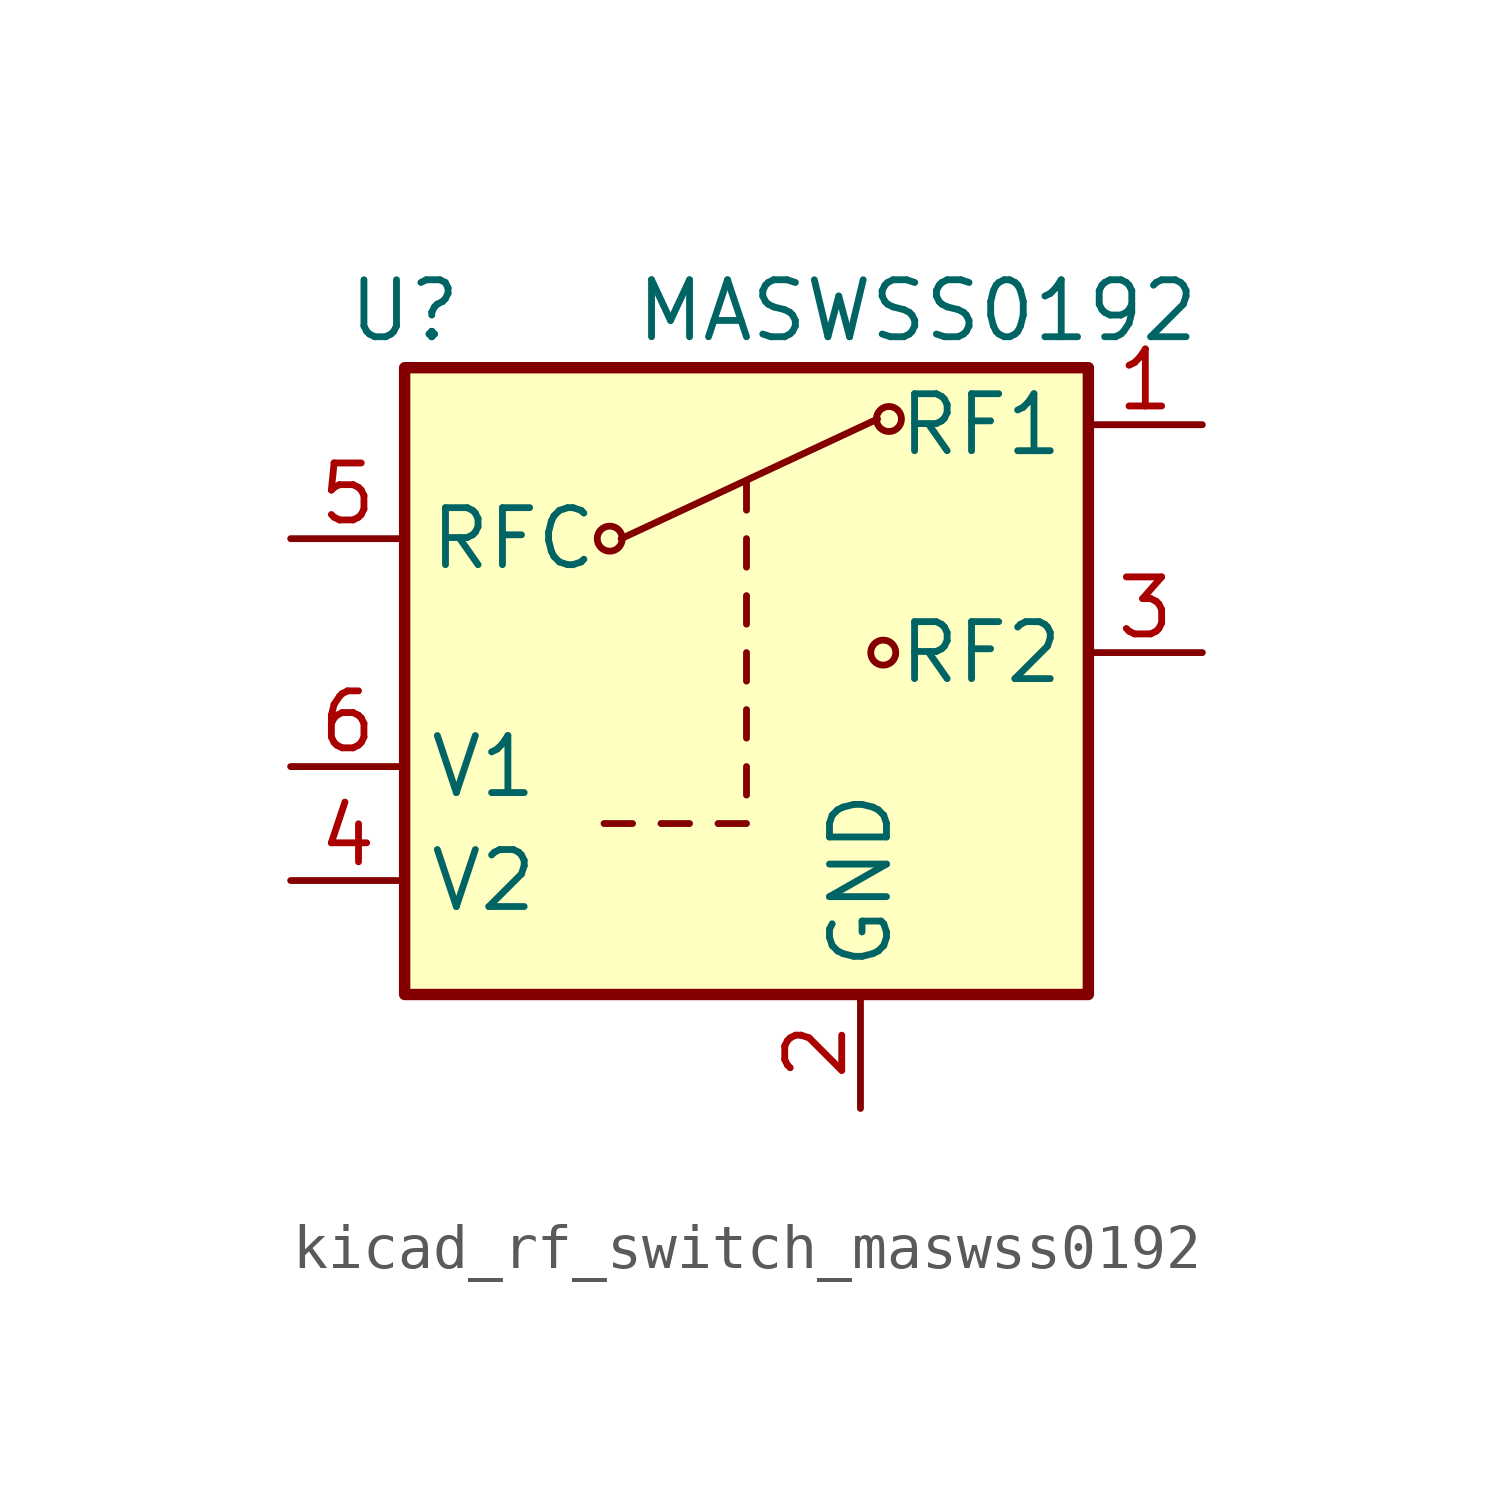
<source format=kicad_sym>
(kicad_symbol_lib
  (version 20220914)
  (generator kicad_symbol_editor)
  (symbol "kicad_rf_switch_maswss0192"
    (property "Reference" "U"
      (at -7.62 7.62 0)
      (effects (font (size 1.27 1.27))))
    (property "Value" "MASWSS0192"
      (at 3.81 7.62 0)
      (effects (font (size 1.27 1.27))))
    (symbol "kicad_rf_switch_maswss0192_0_1"
      (circle (center -3.048 2.54) (radius 0.279) (stroke (width 0) (type default)) (fill (type none)))
      (polyline (pts (xy -3.175 -3.81) (xy -2.54 -3.81)) (stroke (width 0) (type default)) (fill (type none)))
      (polyline (pts (xy -2.794 2.54) (xy 2.921 5.207)) (stroke (width 0) (type default)) (fill (type none)))
      (polyline (pts (xy -1.905 -3.81) (xy -1.27 -3.81)) (stroke (width 0) (type default)) (fill (type none)))
      (polyline (pts (xy -0.635 -3.81) (xy 0 -3.81)) (stroke (width 0) (type default)) (fill (type none)))
      (polyline (pts (xy 0 -3.175) (xy 0 -2.54)) (stroke (width 0) (type default)) (fill (type none)))
      (polyline (pts (xy 0 -1.905) (xy 0 -1.27)) (stroke (width 0) (type default)) (fill (type none)))
      (polyline (pts (xy 0 -0.635) (xy 0 0)) (stroke (width 0) (type default)) (fill (type none)))
      (polyline (pts (xy 0 0.635) (xy 0 1.27)) (stroke (width 0) (type default)) (fill (type none)))
      (polyline (pts (xy 0 1.905) (xy 0 2.54)) (stroke (width 0) (type default)) (fill (type none)))
      (polyline (pts (xy 0 3.175) (xy 0 3.81)) (stroke (width 0) (type default)) (fill (type none)))
      (circle (center 3.048 0) (radius 0.279) (stroke (width 0) (type default)) (fill (type none)))
      (circle (center 3.175 5.207) (radius 0.279) (stroke (width 0) (type default)) (fill (type none)))
      (rectangle (start 7.62 -7.62) (end -7.62 6.35) (stroke (width 0.254) (type default)) (fill (type background))))
    (symbol "kicad_rf_switch_maswss0192_1_1"
      (pin passive line (at 10.16 5.08 180) (length 2.54) (name "RF1" (effects (font (size 1.27 1.27)))) (number "1" (effects (font (size 1.27 1.27)))))
      (pin power_in line (at 2.54 -10.16 90) (length 2.54) (name "GND" (effects (font (size 1.27 1.27)))) (number "2" (effects (font (size 1.27 1.27)))))
      (pin passive line (at 10.16 0 180) (length 2.54) (name "RF2" (effects (font (size 1.27 1.27)))) (number "3" (effects (font (size 1.27 1.27)))))
      (pin input line (at -10.16 -5.08 0) (length 2.54) (name "V2" (effects (font (size 1.27 1.27)))) (number "4" (effects (font (size 1.27 1.27)))))
      (pin passive line (at -10.16 2.54 0) (length 2.54) (name "RFC" (effects (font (size 1.27 1.27)))) (number "5" (effects (font (size 1.27 1.27)))))
      (pin input line (at -10.16 -2.54 0) (length 2.54) (name "V1" (effects (font (size 1.27 1.27)))) (number "6" (effects (font (size 1.27 1.27))))))))
</source>
